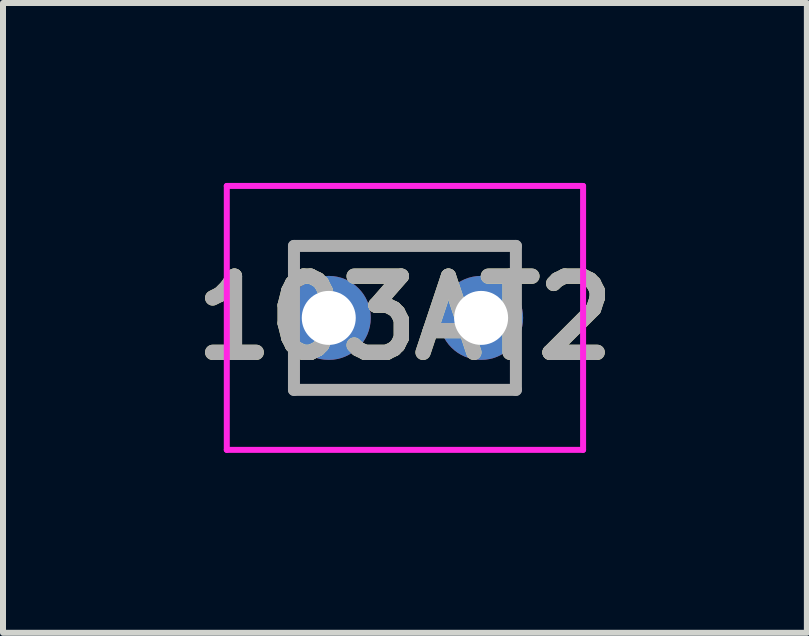
<source format=kicad_pcb>
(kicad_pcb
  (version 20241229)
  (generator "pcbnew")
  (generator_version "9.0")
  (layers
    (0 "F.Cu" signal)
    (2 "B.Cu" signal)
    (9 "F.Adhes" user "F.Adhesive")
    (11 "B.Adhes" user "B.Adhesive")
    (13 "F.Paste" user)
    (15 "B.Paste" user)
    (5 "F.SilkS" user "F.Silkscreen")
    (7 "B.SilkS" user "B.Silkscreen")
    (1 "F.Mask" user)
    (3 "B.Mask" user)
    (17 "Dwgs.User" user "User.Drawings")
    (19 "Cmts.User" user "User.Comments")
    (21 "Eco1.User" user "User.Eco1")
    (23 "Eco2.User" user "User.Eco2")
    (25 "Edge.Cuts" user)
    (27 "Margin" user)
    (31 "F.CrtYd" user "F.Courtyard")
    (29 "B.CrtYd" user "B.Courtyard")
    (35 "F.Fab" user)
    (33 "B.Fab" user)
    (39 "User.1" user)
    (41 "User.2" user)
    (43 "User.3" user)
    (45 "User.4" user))
  (footprint "103AT2"
    (layer "F.Cu")
    (at 3.701 2.25)
    (property "Reference" "103AT2" (at 0 0 0) (layer "F.SilkS") (effects (font (size 1.27 1.27) (thickness 0.254))))
    (attr through_hole)
    (fp_line (start -1.85 -1.2) (end 1.85 -1.2) (stroke (width 0.1) (type solid)) (layer "F.SilkS"))
    (fp_line (start -1.85 -1) (end -1.85 -1.2) (stroke (width 0.1) (type solid)) (layer "F.SilkS"))
    (fp_line (start -1.85 1) (end -1.85 1.2) (stroke (width 0.1) (type solid)) (layer "F.SilkS"))
    (fp_line (start -1.85 1.2) (end 1.85 1.2) (stroke (width 0.1) (type solid)) (layer "F.SilkS"))
    (fp_line (start 1.85 -1.2) (end 1.85 -1) (stroke (width 0.1) (type solid)) (layer "F.SilkS"))
    (fp_line (start 1.85 1.2) (end 1.85 1) (stroke (width 0.1) (type solid)) (layer "F.SilkS"))
    (fp_line (start -2.97 -2.2) (end 2.97 -2.2) (stroke (width 0.1) (type solid)) (layer "F.CrtYd"))
    (fp_line (start -2.97 2.2) (end -2.97 -2.2) (stroke (width 0.1) (type solid)) (layer "F.CrtYd"))
    (fp_line (start 2.97 -2.2) (end 2.97 2.2) (stroke (width 0.1) (type solid)) (layer "F.CrtYd"))
    (fp_line (start 2.97 2.2) (end -2.97 2.2) (stroke (width 0.1) (type solid)) (layer "F.CrtYd"))
    (fp_line (start -1.85 -1.2) (end 1.85 -1.2) (stroke (width 0.2) (type solid)) (layer "F.Fab"))
    (fp_line (start -1.85 1.2) (end -1.85 -1.2) (stroke (width 0.2) (type solid)) (layer "F.Fab"))
    (fp_line (start 1.85 -1.2) (end 1.85 1.2) (stroke (width 0.2) (type solid)) (layer "F.Fab"))
    (fp_line (start 1.85 1.2) (end -1.85 1.2) (stroke (width 0.2) (type solid)) (layer "F.Fab"))
    (fp_text user "${REFERENCE}" (at 0 0 0) (layer "F.Fab") (effects (font (size 1.27 1.27) (thickness 0.254))))
    (pad "1" thru_hole circle (at -1.27 0) (size 1.4 1.4) (drill 0.9) (layers "*.Cu" "*.Mask"))
    (pad "2" thru_hole circle (at 1.27 0) (size 1.4 1.4) (drill 0.9) (layers "*.Cu" "*.Mask")))
  (gr_rect
    (start -3 -3)
    (end 10.402 7.5)
    (stroke (width 0.1) (type default))
    (fill no)
    (layer "Edge.Cuts")))
</source>
